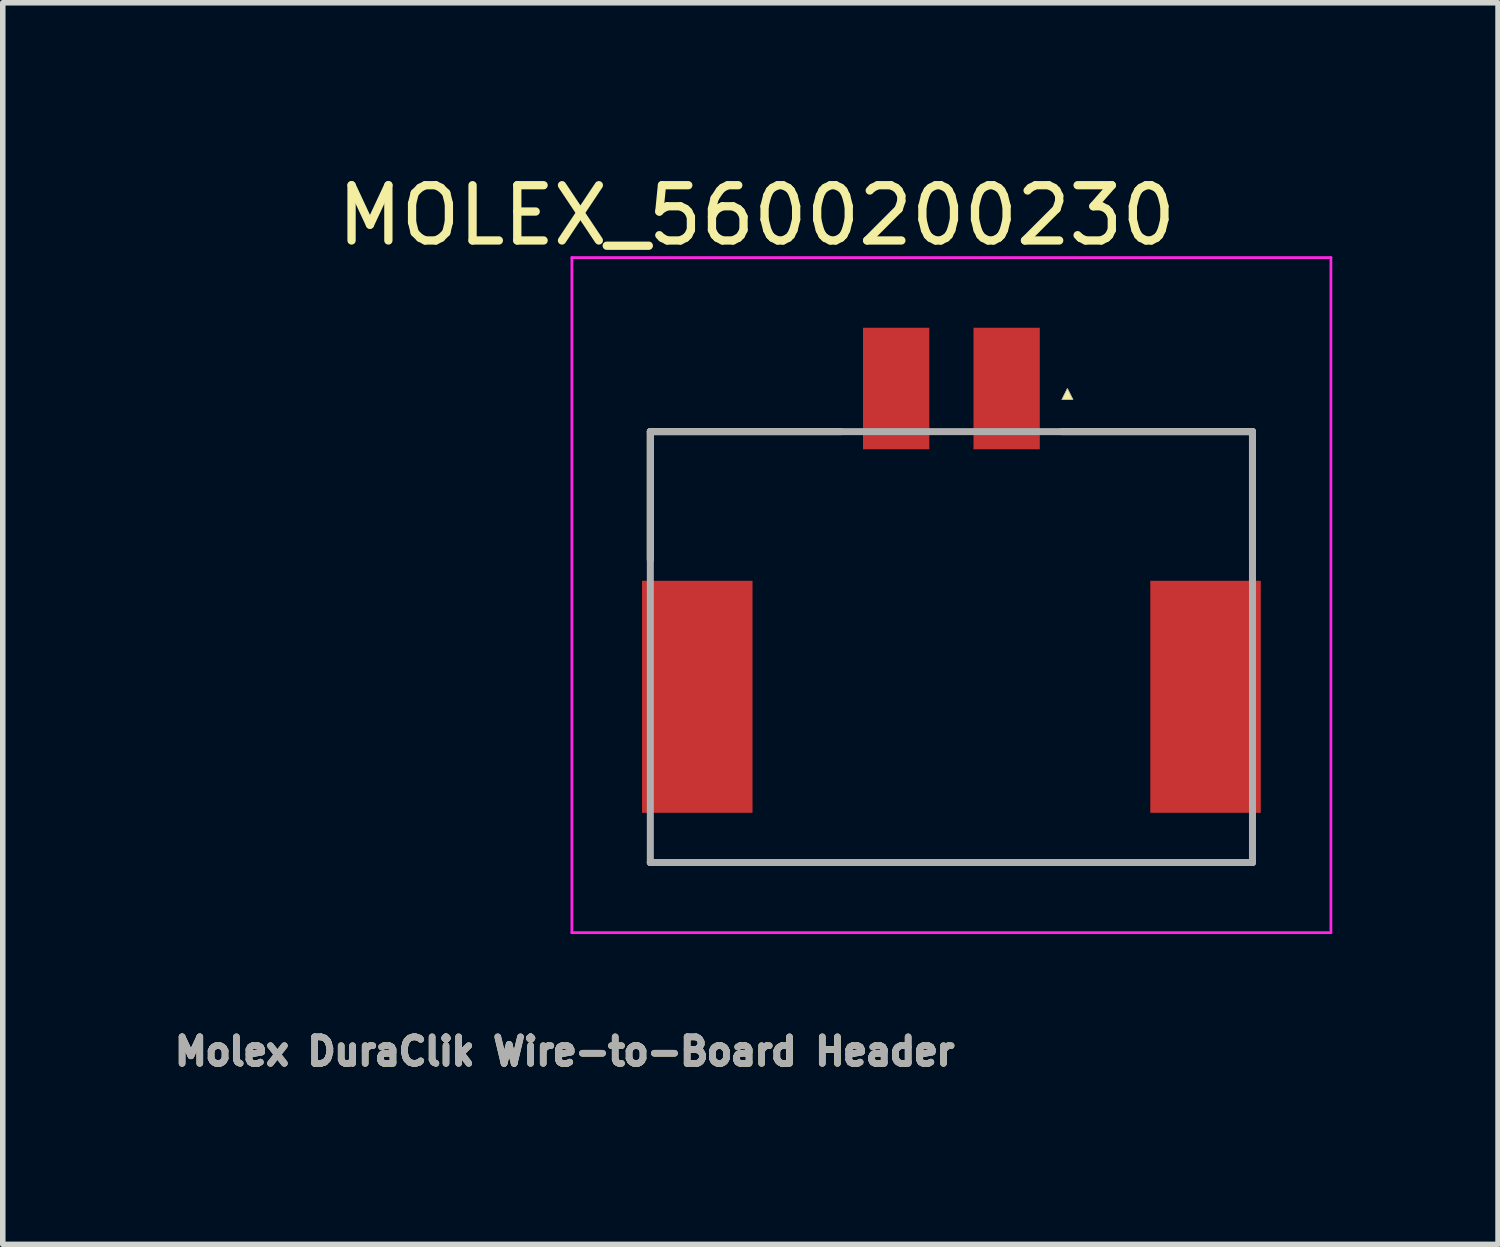
<source format=kicad_pcb>
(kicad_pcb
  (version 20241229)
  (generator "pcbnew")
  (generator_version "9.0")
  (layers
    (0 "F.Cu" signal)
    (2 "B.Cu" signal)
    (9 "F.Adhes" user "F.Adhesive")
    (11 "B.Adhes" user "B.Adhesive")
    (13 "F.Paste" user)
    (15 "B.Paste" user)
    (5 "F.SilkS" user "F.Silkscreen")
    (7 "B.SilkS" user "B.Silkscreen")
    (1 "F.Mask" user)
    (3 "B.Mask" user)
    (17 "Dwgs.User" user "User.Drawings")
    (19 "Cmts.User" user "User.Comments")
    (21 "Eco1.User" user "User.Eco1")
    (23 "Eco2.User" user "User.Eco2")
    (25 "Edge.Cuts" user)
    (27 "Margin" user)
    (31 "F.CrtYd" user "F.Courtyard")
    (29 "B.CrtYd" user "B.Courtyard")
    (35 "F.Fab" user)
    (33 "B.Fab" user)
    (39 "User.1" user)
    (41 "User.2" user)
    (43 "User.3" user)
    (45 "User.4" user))
  (footprint "MOLEX_5600200230"
    (layer "F.Cu")
    (at 15.172 3.983)
    (property "Reference" "MOLEX_5600200230" (at -4.525 -3.135 0) (layer "F.SilkS") (effects (font (size 1 1) (thickness 0.15))))
    (attr smd)
    (fp_line (start -6.45 0.78) (end -3 0.78) (stroke (width 0.127) (type solid)) (layer "F.SilkS"))
    (fp_line (start -6.45 3.1) (end -6.45 0.78) (stroke (width 0.127) (type solid)) (layer "F.SilkS"))
    (fp_line (start 1 0.78) (end 4.45 0.78) (stroke (width 0.127) (type solid)) (layer "F.SilkS"))
    (fp_line (start 4.45 0.78) (end 4.45 3.1) (stroke (width 0.127) (type solid)) (layer "F.SilkS"))
    (fp_line (start 4.45 8.58) (end -6.45 8.58) (stroke (width 0.127) (type solid)) (layer "F.SilkS"))
    (fp_poly (pts (xy 1.1 0) (xy 1 0.2) (xy 1.2 0.2)) (stroke (width 0.01) (type solid)) (fill yes) (layer "F.SilkS"))
    (fp_line (start -7.87 -2.37) (end -7.87 9.85) (stroke (width 0.05) (type solid)) (layer "F.CrtYd"))
    (fp_line (start -7.87 9.85) (end 5.87 9.85) (stroke (width 0.05) (type solid)) (layer "F.CrtYd"))
    (fp_line (start 5.87 -2.37) (end -7.87 -2.37) (stroke (width 0.05) (type solid)) (layer "F.CrtYd"))
    (fp_line (start 5.87 9.85) (end 5.87 -2.37) (stroke (width 0.05) (type solid)) (layer "F.CrtYd"))
    (fp_line (start -6.45 0.78) (end -6.45 8.58) (stroke (width 0.127) (type solid)) (layer "F.Fab"))
    (fp_line (start -6.45 8.58) (end 4.45 8.58) (stroke (width 0.127) (type solid)) (layer "F.Fab"))
    (fp_line (start 4.45 0.78) (end -6.45 0.78) (stroke (width 0.127) (type solid)) (layer "F.Fab"))
    (fp_line (start 4.45 8.58) (end 4.45 0.78) (stroke (width 0.127) (type solid)) (layer "F.Fab"))
    (fp_poly (pts (xy 1 0.2) (xy 1.2 0.2) (xy 1.1 0)) (stroke (width 0.01) (type solid)) (fill no) (layer "F.Fab"))
    (fp_text user "Molex DuraClik Wire-to-Board Header" (at -8 12 0) (layer "F.SilkS") (effects (font (size 0.48 0.48) (thickness 0.15))))
    (fp_text user "Molex DuraClik Wire-to-Board Header" (at -8 12 0) (layer "F.Fab") (effects (font (size 0.48 0.48) (thickness 0.15))))
    (pad "1" smd rect (at 0 0 90) (size 2.2 1.2) (layers "F.Cu" "F.Mask" "F.Paste"))
    (pad "2" smd rect (at -2 0 90) (size 2.2 1.2) (layers "F.Cu" "F.Mask" "F.Paste"))
    (pad "S1" smd rect (at -5.6 5.58 90) (size 4.2 2) (layers "F.Cu" "F.Mask" "F.Paste"))
    (pad "S2" smd rect (at 3.6 5.58 90) (size 4.2 2) (layers "F.Cu" "F.Mask" "F.Paste")))
  (gr_rect
    (start -3 -3)
    (end 24.067 19.475)
    (stroke (width 0.1) (type default))
    (fill no)
    (layer "Edge.Cuts")))
</source>
